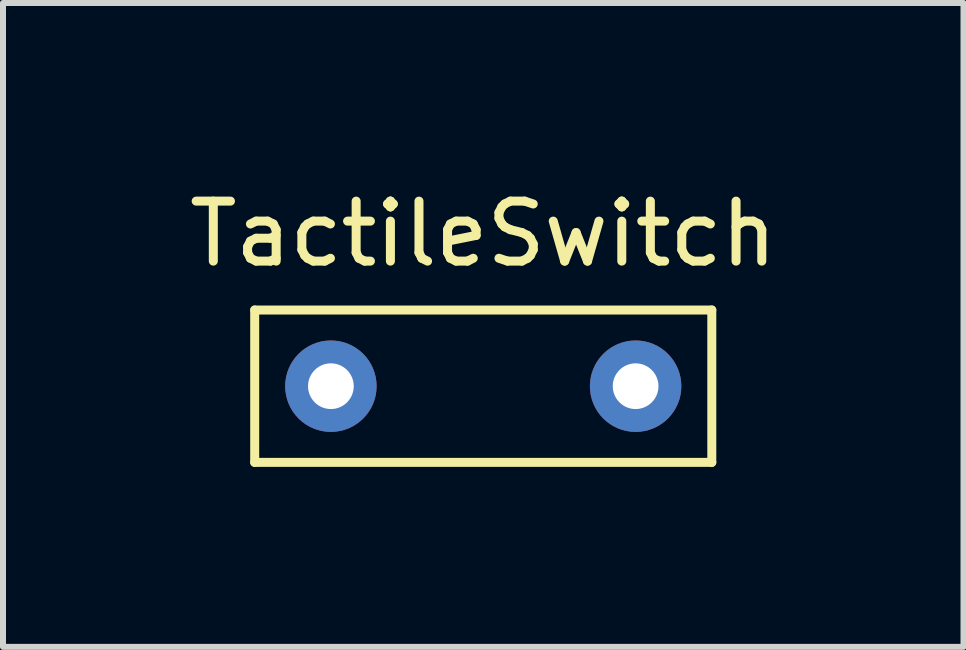
<source format=kicad_pcb>
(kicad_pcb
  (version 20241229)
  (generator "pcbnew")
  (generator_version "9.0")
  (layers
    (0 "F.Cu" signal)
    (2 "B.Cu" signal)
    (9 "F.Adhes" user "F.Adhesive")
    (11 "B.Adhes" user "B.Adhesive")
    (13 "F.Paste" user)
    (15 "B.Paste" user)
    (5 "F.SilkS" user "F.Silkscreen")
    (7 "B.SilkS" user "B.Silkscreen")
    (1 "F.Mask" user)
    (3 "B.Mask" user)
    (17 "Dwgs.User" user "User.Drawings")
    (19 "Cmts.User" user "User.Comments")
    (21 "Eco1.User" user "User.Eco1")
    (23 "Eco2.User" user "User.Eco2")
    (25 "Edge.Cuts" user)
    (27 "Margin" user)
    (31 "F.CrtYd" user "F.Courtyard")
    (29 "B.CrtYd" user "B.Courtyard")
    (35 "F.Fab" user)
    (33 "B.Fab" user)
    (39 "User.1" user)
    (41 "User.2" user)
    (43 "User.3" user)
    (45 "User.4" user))
  (footprint "TactileSwitch"
    (layer "F.Cu")
    (at 3.736 3.388)
    (property "Reference" "TactileSwitch" (at 1.27 -2.54 0) (layer "F.SilkS") (effects (font (size 1 1) (thickness 0.15))))
    (attr through_hole)
    (fp_line (start -2.54 -1.27) (end -2.54 1.27) (stroke (width 0.15) (type solid)) (layer "F.SilkS"))
    (fp_line (start -2.54 1.27) (end 5.08 1.27) (stroke (width 0.15) (type solid)) (layer "F.SilkS"))
    (fp_line (start 5.08 -1.27) (end -2.54 -1.27) (stroke (width 0.15) (type solid)) (layer "F.SilkS"))
    (fp_line (start 5.08 1.27) (end 5.08 -1.27) (stroke (width 0.15) (type solid)) (layer "F.SilkS"))
    (pad "1" thru_hole circle (at 3.81 0) (size 1.524 1.524) (drill 0.762) (layers "*.Cu" "*.Mask"))
    (pad "2" thru_hole circle (at -1.27 0) (size 1.524 1.524) (drill 0.762) (layers "*.Cu" "*.Mask")))
  (gr_rect
    (start -3 -3)
    (end 13.012 7.733)
    (stroke (width 0.1) (type default))
    (fill no)
    (layer "Edge.Cuts")))
</source>
